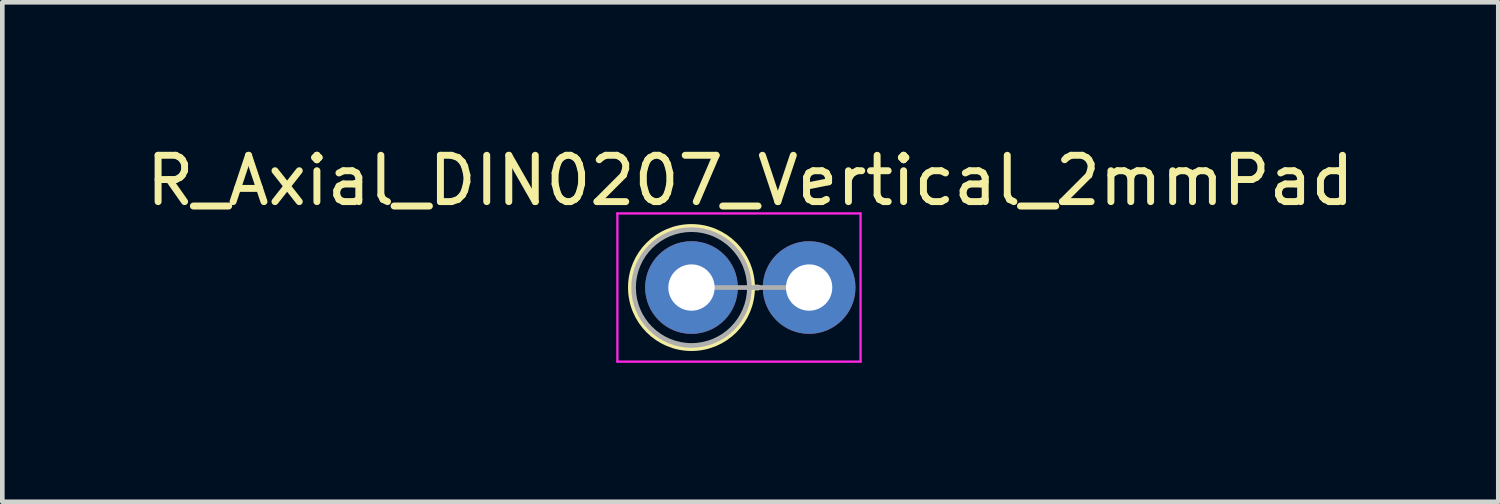
<source format=kicad_pcb>
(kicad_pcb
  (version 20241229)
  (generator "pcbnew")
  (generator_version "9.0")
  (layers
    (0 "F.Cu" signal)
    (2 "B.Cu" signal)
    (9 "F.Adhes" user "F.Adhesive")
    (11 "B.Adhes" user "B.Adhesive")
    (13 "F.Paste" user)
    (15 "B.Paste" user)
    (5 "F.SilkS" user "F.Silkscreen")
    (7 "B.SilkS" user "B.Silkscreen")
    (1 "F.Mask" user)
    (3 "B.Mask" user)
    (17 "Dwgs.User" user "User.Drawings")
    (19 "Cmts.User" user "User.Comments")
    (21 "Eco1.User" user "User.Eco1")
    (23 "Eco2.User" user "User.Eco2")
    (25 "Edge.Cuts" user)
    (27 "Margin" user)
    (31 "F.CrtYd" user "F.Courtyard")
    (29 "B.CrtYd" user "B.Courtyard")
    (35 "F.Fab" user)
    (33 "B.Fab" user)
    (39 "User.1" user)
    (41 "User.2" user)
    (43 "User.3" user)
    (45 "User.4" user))
  (footprint "R_Axial_DIN0207_Vertical_2mmPad"
    (layer "F.Cu")
    (at 11.879 3.158)
    (property "Reference" "R_Axial_DIN0207_Vertical_2mmPad" (at 1.27 -2.31 0) (layer "F.SilkS") (effects (font (size 1 1) (thickness 0.15))))
    (attr through_hole)
    (fp_line (start 1.31 0) (end 1.44 0) (stroke (width 0.12) (type solid)) (layer "F.SilkS"))
    (fp_circle (center 0 0) (end 1.31 0) (stroke (width 0.12) (type solid)) (fill no) (layer "F.SilkS"))
    (fp_line (start -1.6 -1.6) (end -1.6 1.6) (stroke (width 0.05) (type solid)) (layer "F.CrtYd"))
    (fp_line (start -1.6 1.6) (end 3.65 1.6) (stroke (width 0.05) (type solid)) (layer "F.CrtYd"))
    (fp_line (start 3.65 -1.6) (end -1.6 -1.6) (stroke (width 0.05) (type solid)) (layer "F.CrtYd"))
    (fp_line (start 3.65 1.6) (end 3.65 -1.6) (stroke (width 0.05) (type solid)) (layer "F.CrtYd"))
    (fp_line (start 0 0) (end 2.54 0) (stroke (width 0.1) (type solid)) (layer "F.Fab"))
    (fp_circle (center 0 0) (end 1.25 0) (stroke (width 0.1) (type solid)) (fill no) (layer "F.Fab"))
    (pad "1" thru_hole circle (at 0 0) (size 2 2) (drill 1) (layers "*.Cu" "*.Mask"))
    (pad "2" thru_hole oval (at 2.54 0) (size 2 2) (drill 1) (layers "*.Cu" "*.Mask")))
  (gr_rect
    (start -3 -3)
    (end 29.298 7.783)
    (stroke (width 0.1) (type default))
    (fill no)
    (layer "Edge.Cuts")))
</source>
